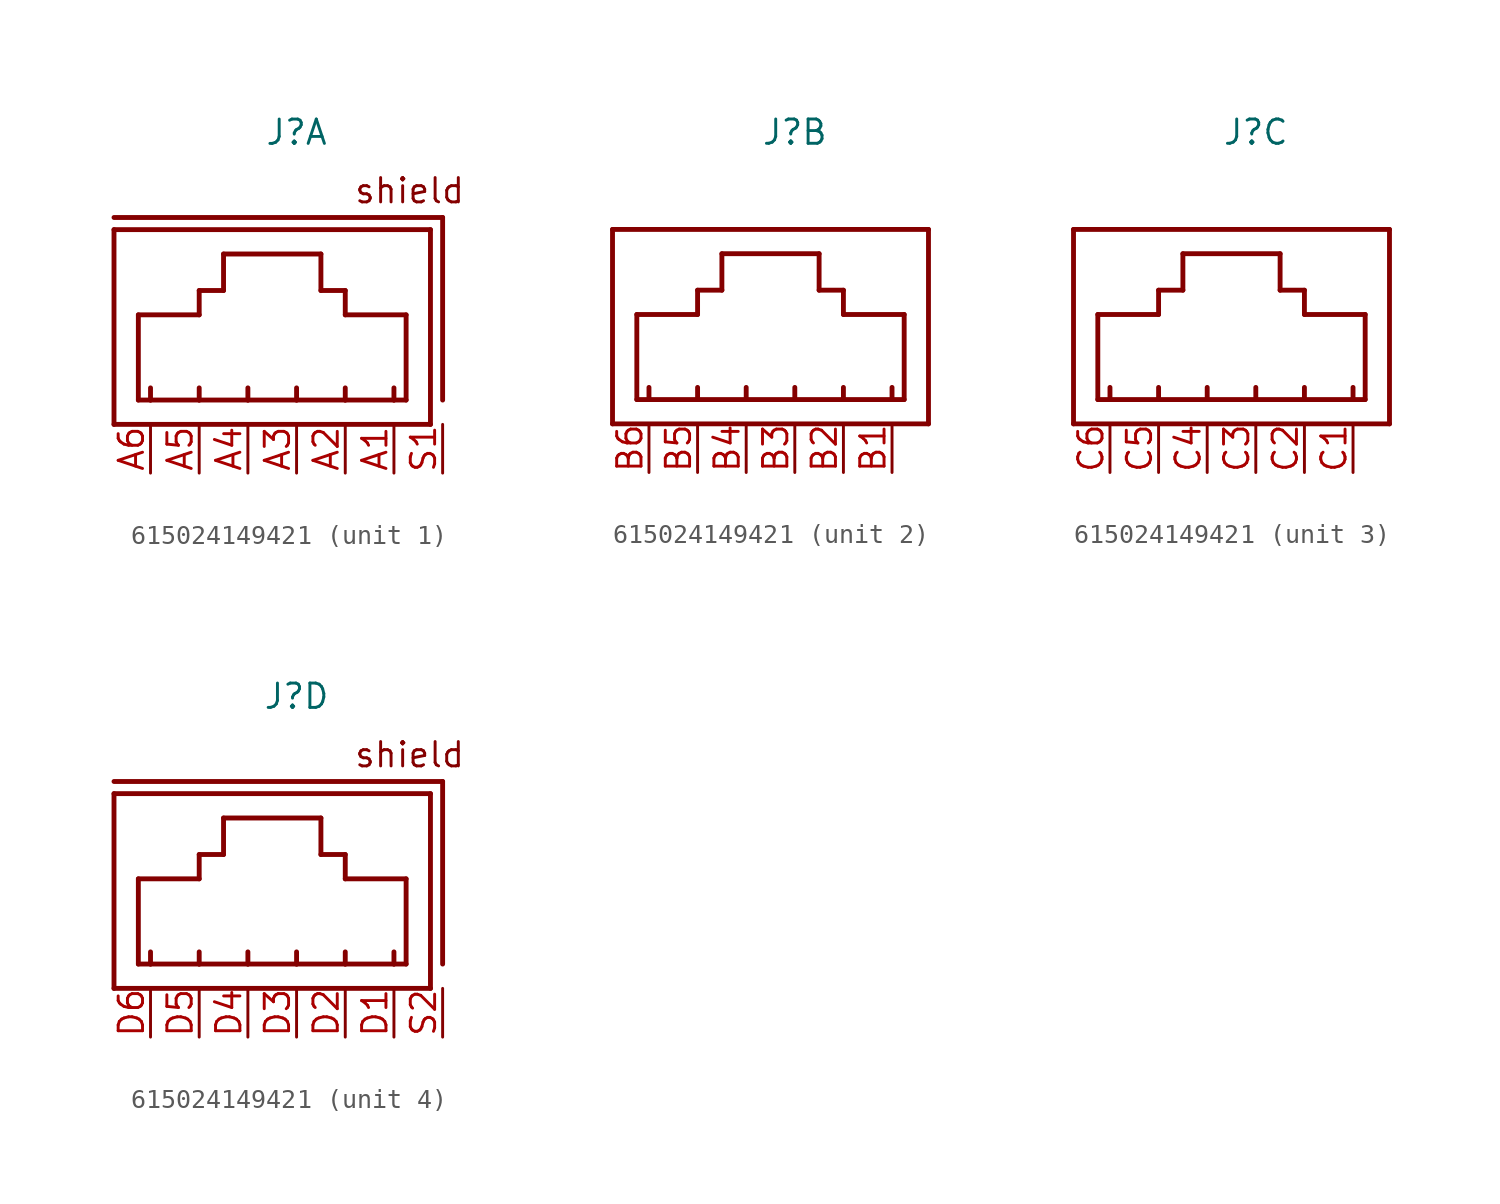
<source format=kicad_sym>
(kicad_symbol_lib
  (version 20241209)
  (generator "kicad_symbol_editor")
  (generator_version "9.0")
  (symbol "615024149421"
    (pin_names
      (hide yes))
    (property "Reference" "J"
      (at 0 10.16 0)
      (effects (font (size 1.27 1.27))))
    (property "ki_locked" ""
      (at 0 0 0)
      (effects (font (size 1.27 1.27))))
    (symbol "615024149421_1_0"
      (polyline (pts (xy -9.525 5.715) (xy 7.62 5.715)) (stroke (width 0.254) (type solid)) (fill (type none)))
      (polyline (pts (xy -9.525 5.08) (xy 6.985 5.08)) (stroke (width 0.254) (type solid)) (fill (type none)))
      (polyline (pts (xy -9.525 -5.08) (xy -9.525 5.08)) (stroke (width 0.254) (type solid)) (fill (type none)))
      (polyline (pts (xy -8.255 0.635) (xy -5.08 0.635)) (stroke (width 0.254) (type solid)) (fill (type none)))
      (polyline (pts (xy -8.255 -3.81) (xy -8.255 0.635)) (stroke (width 0.254) (type solid)) (fill (type none)))
      (polyline (pts (xy -7.62 -3.81) (xy -8.255 -3.81)) (stroke (width 0.254) (type solid)) (fill (type none)))
      (polyline (pts (xy -7.62 -3.81) (xy -7.62 -3.175)) (stroke (width 0.254) (type solid)) (fill (type none)))
      (polyline (pts (xy -5.08 1.905) (xy -3.81 1.905)) (stroke (width 0.254) (type solid)) (fill (type none)))
      (polyline (pts (xy -5.08 0.635) (xy -5.08 1.905)) (stroke (width 0.254) (type solid)) (fill (type none)))
      (polyline (pts (xy -5.08 -3.81) (xy -7.62 -3.81)) (stroke (width 0.254) (type solid)) (fill (type none)))
      (polyline (pts (xy -5.08 -3.81) (xy -5.08 -3.175)) (stroke (width 0.254) (type solid)) (fill (type none)))
      (polyline (pts (xy -3.81 3.81) (xy 1.27 3.81)) (stroke (width 0.254) (type solid)) (fill (type none)))
      (polyline (pts (xy -3.81 1.905) (xy -3.81 3.81)) (stroke (width 0.254) (type solid)) (fill (type none)))
      (polyline (pts (xy -2.54 -3.81) (xy -5.08 -3.81)) (stroke (width 0.254) (type solid)) (fill (type none)))
      (polyline (pts (xy -2.54 -3.81) (xy -2.54 -3.175)) (stroke (width 0.254) (type solid)) (fill (type none)))
      (polyline (pts (xy 0 -3.81) (xy -2.54 -3.81)) (stroke (width 0.254) (type solid)) (fill (type none)))
      (polyline (pts (xy 0 -3.81) (xy 0 -3.175)) (stroke (width 0.254) (type solid)) (fill (type none)))
      (polyline (pts (xy 1.27 1.905) (xy 1.27 3.81)) (stroke (width 0.254) (type solid)) (fill (type none)))
      (polyline (pts (xy 2.54 1.905) (xy 1.27 1.905)) (stroke (width 0.254) (type solid)) (fill (type none)))
      (polyline (pts (xy 2.54 0.635) (xy 2.54 1.905)) (stroke (width 0.254) (type solid)) (fill (type none)))
      (polyline (pts (xy 2.54 -3.81) (xy 0 -3.81)) (stroke (width 0.254) (type solid)) (fill (type none)))
      (polyline (pts (xy 2.54 -3.81) (xy 2.54 -3.175)) (stroke (width 0.254) (type solid)) (fill (type none)))
      (polyline (pts (xy 5.08 -3.81) (xy 2.54 -3.81)) (stroke (width 0.254) (type solid)) (fill (type none)))
      (polyline (pts (xy 5.08 -3.81) (xy 5.08 -3.175)) (stroke (width 0.254) (type solid)) (fill (type none)))
      (polyline (pts (xy 5.715 0.635) (xy 2.54 0.635)) (stroke (width 0.254) (type solid)) (fill (type none)))
      (polyline (pts (xy 5.715 0.635) (xy 5.715 -3.81)) (stroke (width 0.254) (type solid)) (fill (type none)))
      (polyline (pts (xy 5.715 -3.81) (xy 5.08 -3.81)) (stroke (width 0.254) (type solid)) (fill (type none)))
      (polyline (pts (xy 6.985 5.08) (xy 6.985 -5.08)) (stroke (width 0.254) (type solid)) (fill (type none)))
      (polyline (pts (xy 6.985 -5.08) (xy -9.525 -5.08)) (stroke (width 0.254) (type solid)) (fill (type none)))
      (polyline (pts (xy 7.62 5.715) (xy 7.62 -3.81)) (stroke (width 0.254) (type solid)) (fill (type none)))
      (text "shield" (at 2.955 6.365 0) (effects (font (size 1.27 1.27)) (justify left bottom)))
      (pin passive line (at -7.62 -7.62 90) (length 2.54) (name "6" (effects (font (size 1.27 1.27)))) (number "A6" (effects (font (size 1.27 1.27)))))
      (pin passive line (at -5.08 -7.62 90) (length 2.54) (name "5" (effects (font (size 1.27 1.27)))) (number "A5" (effects (font (size 1.27 1.27)))))
      (pin passive line (at -2.54 -7.62 90) (length 2.54) (name "4" (effects (font (size 1.27 1.27)))) (number "A4" (effects (font (size 1.27 1.27)))))
      (pin passive line (at 0 -7.62 90) (length 2.54) (name "3" (effects (font (size 1.27 1.27)))) (number "A3" (effects (font (size 1.27 1.27)))))
      (pin passive line (at 2.54 -7.62 90) (length 2.54) (name "2" (effects (font (size 1.27 1.27)))) (number "A2" (effects (font (size 1.27 1.27)))))
      (pin passive line (at 5.08 -7.62 90) (length 2.54) (name "1" (effects (font (size 1.27 1.27)))) (number "A1" (effects (font (size 1.27 1.27)))))
      (pin passive line (at 7.62 -7.62 90) (length 2.54) (name "SHIELD" (effects (font (size 1.27 1.27)))) (number "S1" (effects (font (size 1.27 1.27))))))
    (symbol "615024149421_2_0"
      (polyline (pts (xy -9.525 5.08) (xy 6.985 5.08)) (stroke (width 0.254) (type solid)) (fill (type none)))
      (polyline (pts (xy -9.525 -5.08) (xy -9.525 5.08)) (stroke (width 0.254) (type solid)) (fill (type none)))
      (polyline (pts (xy -8.255 0.635) (xy -5.08 0.635)) (stroke (width 0.254) (type solid)) (fill (type none)))
      (polyline (pts (xy -8.255 -3.81) (xy -8.255 0.635)) (stroke (width 0.254) (type solid)) (fill (type none)))
      (polyline (pts (xy -7.62 -3.81) (xy -8.255 -3.81)) (stroke (width 0.254) (type solid)) (fill (type none)))
      (polyline (pts (xy -7.62 -3.81) (xy -7.62 -3.175)) (stroke (width 0.254) (type solid)) (fill (type none)))
      (polyline (pts (xy -5.08 1.905) (xy -3.81 1.905)) (stroke (width 0.254) (type solid)) (fill (type none)))
      (polyline (pts (xy -5.08 0.635) (xy -5.08 1.905)) (stroke (width 0.254) (type solid)) (fill (type none)))
      (polyline (pts (xy -5.08 -3.81) (xy -7.62 -3.81)) (stroke (width 0.254) (type solid)) (fill (type none)))
      (polyline (pts (xy -5.08 -3.81) (xy -5.08 -3.175)) (stroke (width 0.254) (type solid)) (fill (type none)))
      (polyline (pts (xy -3.81 3.81) (xy 1.27 3.81)) (stroke (width 0.254) (type solid)) (fill (type none)))
      (polyline (pts (xy -3.81 1.905) (xy -3.81 3.81)) (stroke (width 0.254) (type solid)) (fill (type none)))
      (polyline (pts (xy -2.54 -3.81) (xy -5.08 -3.81)) (stroke (width 0.254) (type solid)) (fill (type none)))
      (polyline (pts (xy -2.54 -3.81) (xy -2.54 -3.175)) (stroke (width 0.254) (type solid)) (fill (type none)))
      (polyline (pts (xy 0 -3.81) (xy -2.54 -3.81)) (stroke (width 0.254) (type solid)) (fill (type none)))
      (polyline (pts (xy 0 -3.81) (xy 0 -3.175)) (stroke (width 0.254) (type solid)) (fill (type none)))
      (polyline (pts (xy 1.27 1.905) (xy 1.27 3.81)) (stroke (width 0.254) (type solid)) (fill (type none)))
      (polyline (pts (xy 2.54 1.905) (xy 1.27 1.905)) (stroke (width 0.254) (type solid)) (fill (type none)))
      (polyline (pts (xy 2.54 0.635) (xy 2.54 1.905)) (stroke (width 0.254) (type solid)) (fill (type none)))
      (polyline (pts (xy 2.54 -3.81) (xy 0 -3.81)) (stroke (width 0.254) (type solid)) (fill (type none)))
      (polyline (pts (xy 2.54 -3.81) (xy 2.54 -3.175)) (stroke (width 0.254) (type solid)) (fill (type none)))
      (polyline (pts (xy 5.08 -3.81) (xy 2.54 -3.81)) (stroke (width 0.254) (type solid)) (fill (type none)))
      (polyline (pts (xy 5.08 -3.81) (xy 5.08 -3.175)) (stroke (width 0.254) (type solid)) (fill (type none)))
      (polyline (pts (xy 5.715 0.635) (xy 2.54 0.635)) (stroke (width 0.254) (type solid)) (fill (type none)))
      (polyline (pts (xy 5.715 0.635) (xy 5.715 -3.81)) (stroke (width 0.254) (type solid)) (fill (type none)))
      (polyline (pts (xy 5.715 -3.81) (xy 5.08 -3.81)) (stroke (width 0.254) (type solid)) (fill (type none)))
      (polyline (pts (xy 6.985 5.08) (xy 6.985 -5.08)) (stroke (width 0.254) (type solid)) (fill (type none)))
      (polyline (pts (xy 6.985 -5.08) (xy -9.525 -5.08)) (stroke (width 0.254) (type solid)) (fill (type none)))
      (pin passive line (at -7.62 -7.62 90) (length 2.54) (name "6" (effects (font (size 1.27 1.27)))) (number "B6" (effects (font (size 1.27 1.27)))))
      (pin passive line (at -5.08 -7.62 90) (length 2.54) (name "5" (effects (font (size 1.27 1.27)))) (number "B5" (effects (font (size 1.27 1.27)))))
      (pin passive line (at -2.54 -7.62 90) (length 2.54) (name "4" (effects (font (size 1.27 1.27)))) (number "B4" (effects (font (size 1.27 1.27)))))
      (pin passive line (at 0 -7.62 90) (length 2.54) (name "3" (effects (font (size 1.27 1.27)))) (number "B3" (effects (font (size 1.27 1.27)))))
      (pin passive line (at 2.54 -7.62 90) (length 2.54) (name "2" (effects (font (size 1.27 1.27)))) (number "B2" (effects (font (size 1.27 1.27)))))
      (pin passive line (at 5.08 -7.62 90) (length 2.54) (name "1" (effects (font (size 1.27 1.27)))) (number "B1" (effects (font (size 1.27 1.27))))))
    (symbol "615024149421_3_0"
      (polyline (pts (xy -9.525 5.08) (xy 6.985 5.08)) (stroke (width 0.254) (type solid)) (fill (type none)))
      (polyline (pts (xy -9.525 -5.08) (xy -9.525 5.08)) (stroke (width 0.254) (type solid)) (fill (type none)))
      (polyline (pts (xy -8.255 0.635) (xy -5.08 0.635)) (stroke (width 0.254) (type solid)) (fill (type none)))
      (polyline (pts (xy -8.255 -3.81) (xy -8.255 0.635)) (stroke (width 0.254) (type solid)) (fill (type none)))
      (polyline (pts (xy -7.62 -3.81) (xy -8.255 -3.81)) (stroke (width 0.254) (type solid)) (fill (type none)))
      (polyline (pts (xy -7.62 -3.81) (xy -7.62 -3.175)) (stroke (width 0.254) (type solid)) (fill (type none)))
      (polyline (pts (xy -5.08 1.905) (xy -3.81 1.905)) (stroke (width 0.254) (type solid)) (fill (type none)))
      (polyline (pts (xy -5.08 0.635) (xy -5.08 1.905)) (stroke (width 0.254) (type solid)) (fill (type none)))
      (polyline (pts (xy -5.08 -3.81) (xy -7.62 -3.81)) (stroke (width 0.254) (type solid)) (fill (type none)))
      (polyline (pts (xy -5.08 -3.81) (xy -5.08 -3.175)) (stroke (width 0.254) (type solid)) (fill (type none)))
      (polyline (pts (xy -3.81 3.81) (xy 1.27 3.81)) (stroke (width 0.254) (type solid)) (fill (type none)))
      (polyline (pts (xy -3.81 1.905) (xy -3.81 3.81)) (stroke (width 0.254) (type solid)) (fill (type none)))
      (polyline (pts (xy -2.54 -3.81) (xy -5.08 -3.81)) (stroke (width 0.254) (type solid)) (fill (type none)))
      (polyline (pts (xy -2.54 -3.81) (xy -2.54 -3.175)) (stroke (width 0.254) (type solid)) (fill (type none)))
      (polyline (pts (xy 0 -3.81) (xy -2.54 -3.81)) (stroke (width 0.254) (type solid)) (fill (type none)))
      (polyline (pts (xy 0 -3.81) (xy 0 -3.175)) (stroke (width 0.254) (type solid)) (fill (type none)))
      (polyline (pts (xy 1.27 1.905) (xy 1.27 3.81)) (stroke (width 0.254) (type solid)) (fill (type none)))
      (polyline (pts (xy 2.54 1.905) (xy 1.27 1.905)) (stroke (width 0.254) (type solid)) (fill (type none)))
      (polyline (pts (xy 2.54 0.635) (xy 2.54 1.905)) (stroke (width 0.254) (type solid)) (fill (type none)))
      (polyline (pts (xy 2.54 -3.81) (xy 0 -3.81)) (stroke (width 0.254) (type solid)) (fill (type none)))
      (polyline (pts (xy 2.54 -3.81) (xy 2.54 -3.175)) (stroke (width 0.254) (type solid)) (fill (type none)))
      (polyline (pts (xy 5.08 -3.81) (xy 2.54 -3.81)) (stroke (width 0.254) (type solid)) (fill (type none)))
      (polyline (pts (xy 5.08 -3.81) (xy 5.08 -3.175)) (stroke (width 0.254) (type solid)) (fill (type none)))
      (polyline (pts (xy 5.715 0.635) (xy 2.54 0.635)) (stroke (width 0.254) (type solid)) (fill (type none)))
      (polyline (pts (xy 5.715 0.635) (xy 5.715 -3.81)) (stroke (width 0.254) (type solid)) (fill (type none)))
      (polyline (pts (xy 5.715 -3.81) (xy 5.08 -3.81)) (stroke (width 0.254) (type solid)) (fill (type none)))
      (polyline (pts (xy 6.985 5.08) (xy 6.985 -5.08)) (stroke (width 0.254) (type solid)) (fill (type none)))
      (polyline (pts (xy 6.985 -5.08) (xy -9.525 -5.08)) (stroke (width 0.254) (type solid)) (fill (type none)))
      (pin passive line (at -7.62 -7.62 90) (length 2.54) (name "6" (effects (font (size 1.27 1.27)))) (number "C6" (effects (font (size 1.27 1.27)))))
      (pin passive line (at -5.08 -7.62 90) (length 2.54) (name "5" (effects (font (size 1.27 1.27)))) (number "C5" (effects (font (size 1.27 1.27)))))
      (pin passive line (at -2.54 -7.62 90) (length 2.54) (name "4" (effects (font (size 1.27 1.27)))) (number "C4" (effects (font (size 1.27 1.27)))))
      (pin passive line (at 0 -7.62 90) (length 2.54) (name "3" (effects (font (size 1.27 1.27)))) (number "C3" (effects (font (size 1.27 1.27)))))
      (pin passive line (at 2.54 -7.62 90) (length 2.54) (name "2" (effects (font (size 1.27 1.27)))) (number "C2" (effects (font (size 1.27 1.27)))))
      (pin passive line (at 5.08 -7.62 90) (length 2.54) (name "1" (effects (font (size 1.27 1.27)))) (number "C1" (effects (font (size 1.27 1.27))))))
    (symbol "615024149421_4_0"
      (polyline (pts (xy -9.525 5.715) (xy 7.62 5.715)) (stroke (width 0.254) (type solid)) (fill (type none)))
      (polyline (pts (xy -9.525 5.08) (xy 6.985 5.08)) (stroke (width 0.254) (type solid)) (fill (type none)))
      (polyline (pts (xy -9.525 -5.08) (xy -9.525 5.08)) (stroke (width 0.254) (type solid)) (fill (type none)))
      (polyline (pts (xy -8.255 0.635) (xy -5.08 0.635)) (stroke (width 0.254) (type solid)) (fill (type none)))
      (polyline (pts (xy -8.255 -3.81) (xy -8.255 0.635)) (stroke (width 0.254) (type solid)) (fill (type none)))
      (polyline (pts (xy -7.62 -3.81) (xy -8.255 -3.81)) (stroke (width 0.254) (type solid)) (fill (type none)))
      (polyline (pts (xy -7.62 -3.81) (xy -7.62 -3.175)) (stroke (width 0.254) (type solid)) (fill (type none)))
      (polyline (pts (xy -5.08 1.905) (xy -3.81 1.905)) (stroke (width 0.254) (type solid)) (fill (type none)))
      (polyline (pts (xy -5.08 0.635) (xy -5.08 1.905)) (stroke (width 0.254) (type solid)) (fill (type none)))
      (polyline (pts (xy -5.08 -3.81) (xy -7.62 -3.81)) (stroke (width 0.254) (type solid)) (fill (type none)))
      (polyline (pts (xy -5.08 -3.81) (xy -5.08 -3.175)) (stroke (width 0.254) (type solid)) (fill (type none)))
      (polyline (pts (xy -3.81 3.81) (xy 1.27 3.81)) (stroke (width 0.254) (type solid)) (fill (type none)))
      (polyline (pts (xy -3.81 1.905) (xy -3.81 3.81)) (stroke (width 0.254) (type solid)) (fill (type none)))
      (polyline (pts (xy -2.54 -3.81) (xy -5.08 -3.81)) (stroke (width 0.254) (type solid)) (fill (type none)))
      (polyline (pts (xy -2.54 -3.81) (xy -2.54 -3.175)) (stroke (width 0.254) (type solid)) (fill (type none)))
      (polyline (pts (xy 0 -3.81) (xy -2.54 -3.81)) (stroke (width 0.254) (type solid)) (fill (type none)))
      (polyline (pts (xy 0 -3.81) (xy 0 -3.175)) (stroke (width 0.254) (type solid)) (fill (type none)))
      (polyline (pts (xy 1.27 1.905) (xy 1.27 3.81)) (stroke (width 0.254) (type solid)) (fill (type none)))
      (polyline (pts (xy 2.54 1.905) (xy 1.27 1.905)) (stroke (width 0.254) (type solid)) (fill (type none)))
      (polyline (pts (xy 2.54 0.635) (xy 2.54 1.905)) (stroke (width 0.254) (type solid)) (fill (type none)))
      (polyline (pts (xy 2.54 -3.81) (xy 0 -3.81)) (stroke (width 0.254) (type solid)) (fill (type none)))
      (polyline (pts (xy 2.54 -3.81) (xy 2.54 -3.175)) (stroke (width 0.254) (type solid)) (fill (type none)))
      (polyline (pts (xy 5.08 -3.81) (xy 2.54 -3.81)) (stroke (width 0.254) (type solid)) (fill (type none)))
      (polyline (pts (xy 5.08 -3.81) (xy 5.08 -3.175)) (stroke (width 0.254) (type solid)) (fill (type none)))
      (polyline (pts (xy 5.715 0.635) (xy 2.54 0.635)) (stroke (width 0.254) (type solid)) (fill (type none)))
      (polyline (pts (xy 5.715 0.635) (xy 5.715 -3.81)) (stroke (width 0.254) (type solid)) (fill (type none)))
      (polyline (pts (xy 5.715 -3.81) (xy 5.08 -3.81)) (stroke (width 0.254) (type solid)) (fill (type none)))
      (polyline (pts (xy 6.985 5.08) (xy 6.985 -5.08)) (stroke (width 0.254) (type solid)) (fill (type none)))
      (polyline (pts (xy 6.985 -5.08) (xy -9.525 -5.08)) (stroke (width 0.254) (type solid)) (fill (type none)))
      (polyline (pts (xy 7.62 5.715) (xy 7.62 -3.81)) (stroke (width 0.254) (type solid)) (fill (type none)))
      (text "shield" (at 2.955 6.365 0) (effects (font (size 1.27 1.27)) (justify left bottom)))
      (pin passive line (at -7.62 -7.62 90) (length 2.54) (name "6" (effects (font (size 1.27 1.27)))) (number "D6" (effects (font (size 1.27 1.27)))))
      (pin passive line (at -5.08 -7.62 90) (length 2.54) (name "5" (effects (font (size 1.27 1.27)))) (number "D5" (effects (font (size 1.27 1.27)))))
      (pin passive line (at -2.54 -7.62 90) (length 2.54) (name "4" (effects (font (size 1.27 1.27)))) (number "D4" (effects (font (size 1.27 1.27)))))
      (pin passive line (at 0 -7.62 90) (length 2.54) (name "3" (effects (font (size 1.27 1.27)))) (number "D3" (effects (font (size 1.27 1.27)))))
      (pin passive line (at 2.54 -7.62 90) (length 2.54) (name "2" (effects (font (size 1.27 1.27)))) (number "D2" (effects (font (size 1.27 1.27)))))
      (pin passive line (at 5.08 -7.62 90) (length 2.54) (name "1" (effects (font (size 1.27 1.27)))) (number "D1" (effects (font (size 1.27 1.27)))))
      (pin passive line (at 7.62 -7.62 90) (length 2.54) (name "SHIELD" (effects (font (size 1.27 1.27)))) (number "S2" (effects (font (size 1.27 1.27))))))))
</source>
